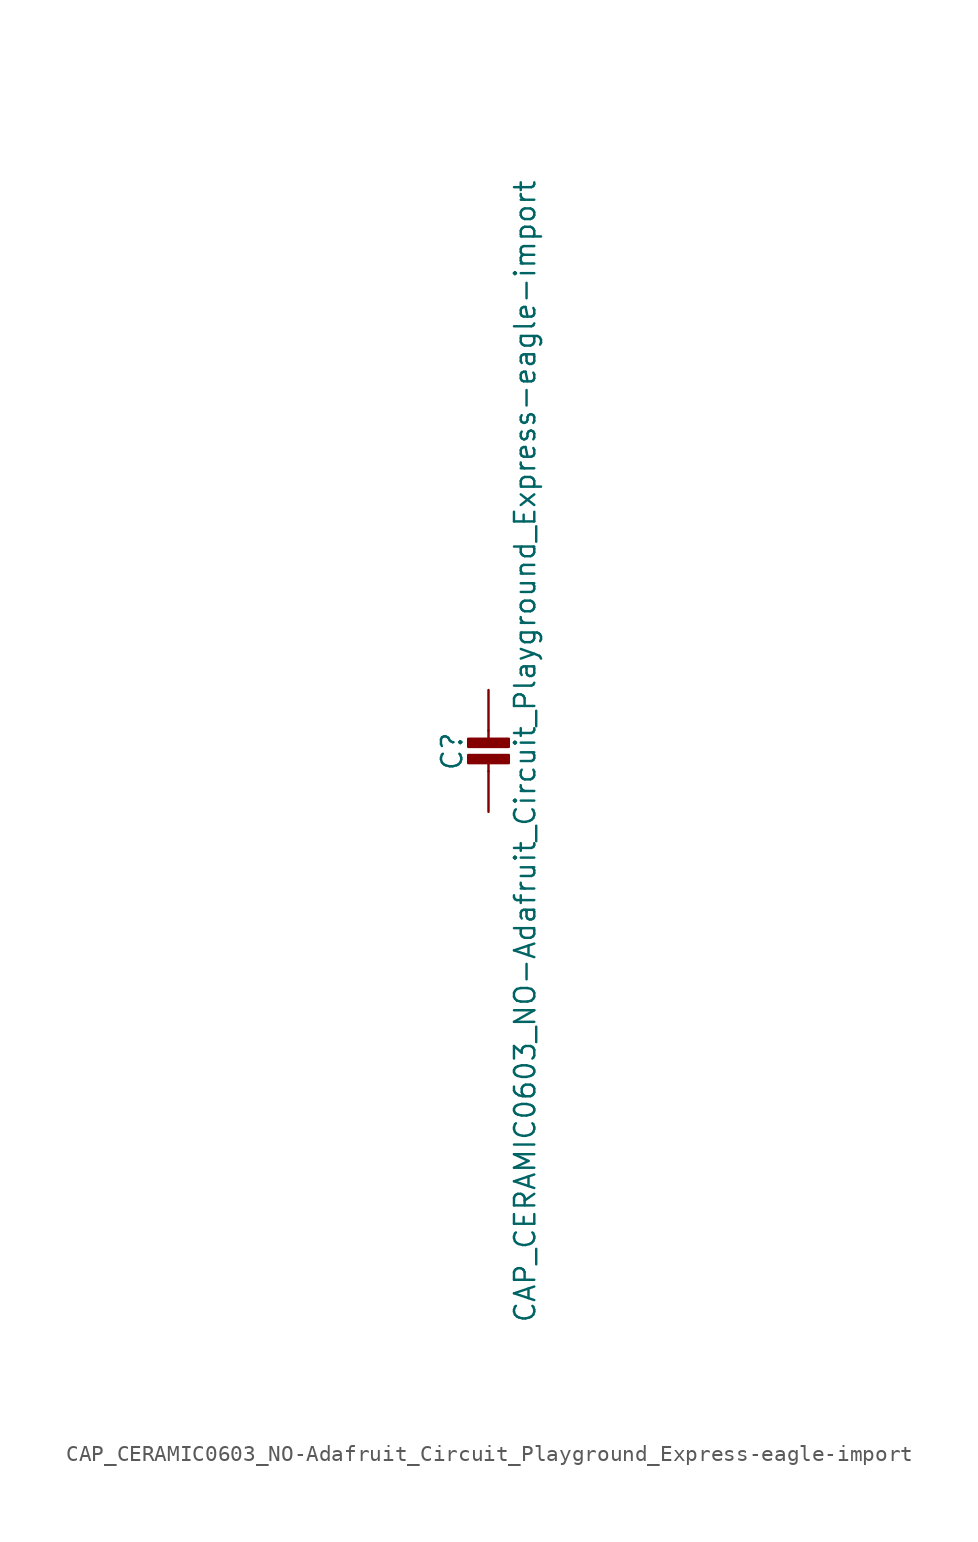
<source format=kicad_sym>
(kicad_symbol_lib
  (version 20220914)
  (generator kicad_symbol_editor)
  (symbol "CAP_CERAMIC0603_NO-Adafruit_Circuit_Playground_Express-eagle-import"
    (pin_names
      (offset 1.016))
    (property "Reference" "C"
      (at -2.286 1.245 90)
      (effects (font (size 1.27 1.27))))
    (property "Value" "CAP_CERAMIC0603_NO-Adafruit_Circuit_Playground_Express-eagle-import"
      (at 2.286 1.245 90)
      (effects (font (size 1.27 1.27))))
    (property "ki_locked" ""
      (at 0 0 0)
      (effects (font (size 1.27 1.27))))
    (symbol "CAP_CERAMIC0603_NO-Adafruit_Circuit_Playground_Express-eagle-import_1_0"
      (rectangle (start -1.27 0.508) (end 1.27 1.016) (stroke (width 0) (type solid)) (fill (type outline)))
      (rectangle (start -1.27 1.524) (end 1.27 2.032) (stroke (width 0) (type solid)) (fill (type outline)))
      (polyline (pts (xy 0 0.762) (xy 0 0)) (stroke (width 0) (type solid)) (fill (type none)))
      (polyline (pts (xy 0 2.54) (xy 0 1.778)) (stroke (width 0) (type solid)) (fill (type none)))
      (pin passive line (at 0 5.08 270) (length 2.54) (name "1" (effects (font (size 0 0)))) (number "1" (effects (font (size 0 0)))))
      (pin passive line (at 0 -2.54 90) (length 2.54) (name "2" (effects (font (size 0 0)))) (number "2" (effects (font (size 0 0))))))))
</source>
